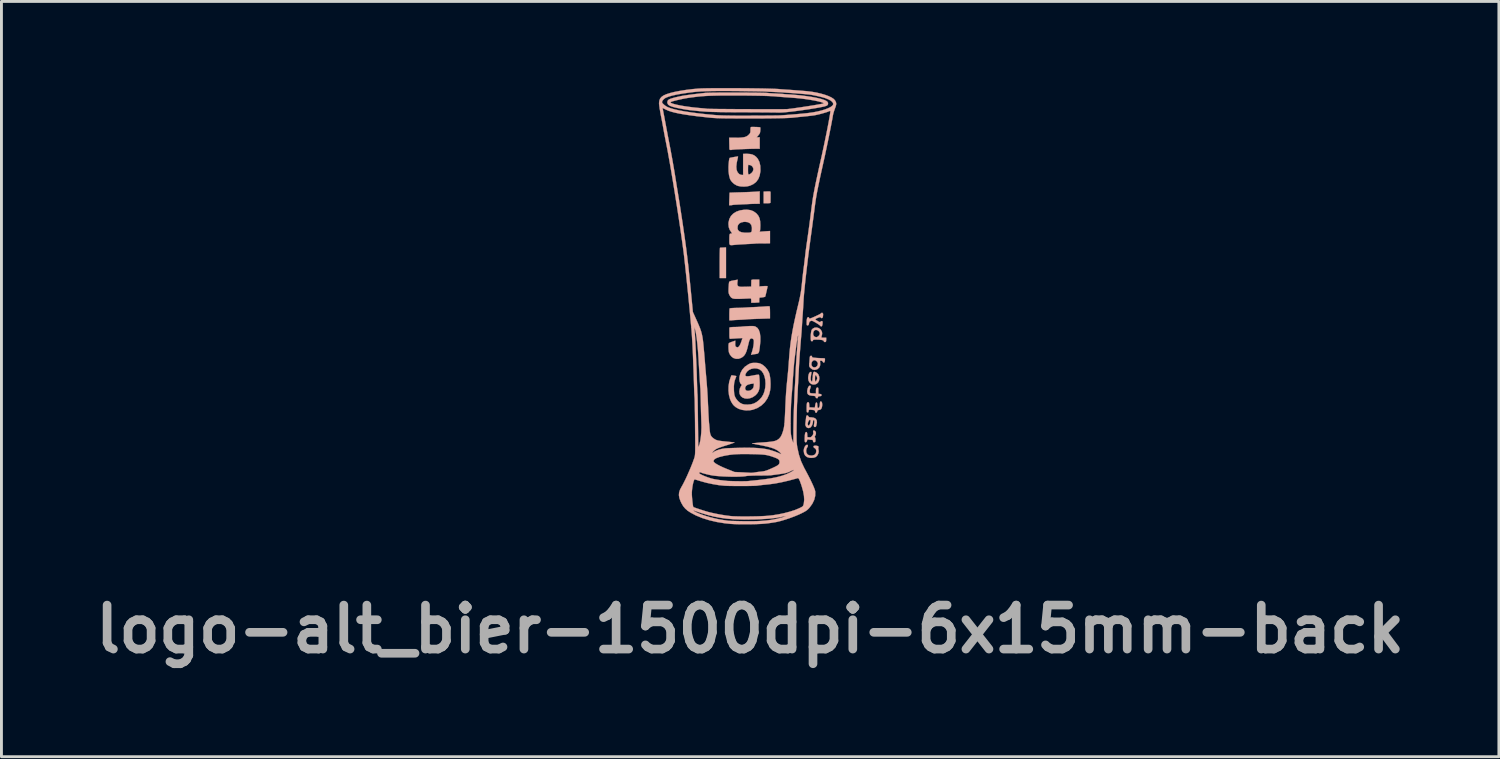
<source format=kicad_pcb>
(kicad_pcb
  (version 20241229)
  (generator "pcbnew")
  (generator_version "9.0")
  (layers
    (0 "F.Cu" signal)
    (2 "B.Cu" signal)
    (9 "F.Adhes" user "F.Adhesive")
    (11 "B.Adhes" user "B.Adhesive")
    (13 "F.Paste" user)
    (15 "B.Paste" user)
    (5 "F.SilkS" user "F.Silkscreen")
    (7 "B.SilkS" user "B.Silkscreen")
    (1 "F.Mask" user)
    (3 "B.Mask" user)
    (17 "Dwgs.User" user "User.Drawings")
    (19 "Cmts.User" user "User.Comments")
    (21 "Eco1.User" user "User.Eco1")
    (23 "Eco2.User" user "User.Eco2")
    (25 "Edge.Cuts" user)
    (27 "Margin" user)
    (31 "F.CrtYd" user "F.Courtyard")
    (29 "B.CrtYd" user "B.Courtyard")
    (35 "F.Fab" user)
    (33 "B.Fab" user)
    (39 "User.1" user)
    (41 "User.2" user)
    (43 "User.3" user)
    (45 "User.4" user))
  (footprint "logo-alt_bier-1500dpi-6x15mm-back"
    (layer "F.Cu")
    (at 22.99 7.773)
    (property "Reference" "logo-alt_bier-1500dpi-6x15mm-back" (at -0.05 10.975 0) (layer "F.Fab") (effects (font (size 1.524 1.524) (thickness 0.3))))
    (attr through_hole)
    (fp_poly (pts (xy -0.984 -2.247) (xy -1.039 -2.244) (xy -1.08 -2.242) (xy -1.094 -2.241) (xy -1.098 -2.225) (xy -1.1 -2.178) (xy -1.103 -2.106) (xy -1.105 -2.013) (xy -1.106 -1.901) (xy -1.107 -1.777) (xy -1.107 -1.715) (xy -1.107 -1.19) (xy -0.887 -1.19) (xy -0.887 -2.251) (xy -0.984 -2.247)) (stroke (width 0.01) (type solid)) (fill yes) (layer "B.SilkS"))
    (fp_poly (pts (xy 0.535 -4.19) (xy 0.417 -4.185) (xy 0.417 -3.781) (xy 0.535 -3.781) (xy 0.605 -3.783) (xy 0.643 -3.791) (xy 0.654 -3.802) (xy 0.655 -3.836) (xy 0.655 -3.892) (xy 0.656 -3.96) (xy 0.656 -4.031) (xy 0.656 -4.096) (xy 0.656 -4.146) (xy 0.655 -4.17) (xy 0.648 -4.184) (xy 0.625 -4.191) (xy 0.579 -4.192) (xy 0.535 -4.19)) (stroke (width 0.01) (type solid)) (fill yes) (layer "B.SilkS"))
    (fp_poly (pts (xy 0.125 -4.181) (xy 0.059 -4.177) (xy -0.033 -4.173) (xy -0.142 -4.168) (xy -0.261 -4.164) (xy -0.381 -4.16) (xy -0.396 -4.16) (xy -0.503 -4.157) (xy -0.598 -4.154) (xy -0.676 -4.151) (xy -0.731 -4.149) (xy -0.76 -4.148) (xy -0.762 -4.147) (xy -0.764 -4.131) (xy -0.766 -4.086) (xy -0.768 -4.021) (xy -0.771 -3.942) (xy -0.772 -3.929) (xy -0.778 -3.713) (xy -0.725 -3.713) (xy -0.686 -3.716) (xy -0.665 -3.721) (xy -0.665 -3.721) (xy -0.646 -3.725) (xy -0.599 -3.729) (xy -0.531 -3.733) (xy -0.447 -3.737) (xy -0.404 -3.739) (xy -0.306 -3.744) (xy -0.214 -3.748) (xy -0.135 -3.752) (xy -0.078 -3.755) (xy -0.066 -3.756) (xy -0.005 -3.759) (xy 0.073 -3.761) (xy 0.15 -3.763) (xy 0.281 -3.764) (xy 0.281 -4.192) (xy 0.125 -4.181)) (stroke (width 0.01) (type solid)) (fill yes) (layer "B.SilkS"))
    (fp_poly (pts (xy 1.912 4.587) (xy 1.873 4.61) (xy 1.84 4.657) (xy 1.815 4.72) (xy 1.805 4.787) (xy 1.805 4.791) (xy 1.818 4.887) (xy 1.855 4.96) (xy 1.917 5.01) (xy 2.003 5.037) (xy 2.068 5.041) (xy 2.155 5.034) (xy 2.218 5.012) (xy 2.223 5.009) (xy 2.273 4.961) (xy 2.309 4.894) (xy 2.324 4.821) (xy 2.318 4.763) (xy 2.31 4.718) (xy 2.313 4.686) (xy 2.315 4.684) (xy 2.319 4.654) (xy 2.294 4.631) (xy 2.244 4.619) (xy 2.218 4.618) (xy 2.171 4.62) (xy 2.15 4.63) (xy 2.144 4.651) (xy 2.144 4.652) (xy 2.159 4.686) (xy 2.185 4.702) (xy 2.221 4.732) (xy 2.239 4.779) (xy 2.238 4.835) (xy 2.221 4.888) (xy 2.186 4.928) (xy 2.173 4.937) (xy 2.1 4.959) (xy 2.025 4.958) (xy 1.959 4.936) (xy 1.932 4.915) (xy 1.899 4.861) (xy 1.889 4.793) (xy 1.901 4.724) (xy 1.926 4.679) (xy 1.948 4.638) (xy 1.949 4.604) (xy 1.93 4.587) (xy 1.912 4.587)) (stroke (width 0.01) (type solid)) (fill yes) (layer "B.SilkS"))
    (fp_poly (pts (xy 1.987 2.554) (xy 1.96 2.594) (xy 1.939 2.65) (xy 1.927 2.715) (xy 1.925 2.741) (xy 1.933 2.805) (xy 1.961 2.848) (xy 2.014 2.875) (xy 2.095 2.887) (xy 2.099 2.887) (xy 2.159 2.893) (xy 2.194 2.9) (xy 2.21 2.913) (xy 2.215 2.931) (xy 2.23 2.96) (xy 2.257 2.974) (xy 2.283 2.97) (xy 2.296 2.948) (xy 2.296 2.944) (xy 2.304 2.92) (xy 2.331 2.908) (xy 2.36 2.904) (xy 2.403 2.897) (xy 2.421 2.881) (xy 2.423 2.865) (xy 2.415 2.84) (xy 2.383 2.828) (xy 2.368 2.826) (xy 2.313 2.821) (xy 2.313 2.712) (xy 2.312 2.652) (xy 2.307 2.619) (xy 2.296 2.605) (xy 2.281 2.603) (xy 2.253 2.612) (xy 2.236 2.642) (xy 2.229 2.698) (xy 2.229 2.731) (xy 2.229 2.806) (xy 2.145 2.806) (xy 2.091 2.804) (xy 2.048 2.799) (xy 2.035 2.796) (xy 2.015 2.771) (xy 2.01 2.724) (xy 2.021 2.664) (xy 2.034 2.625) (xy 2.05 2.575) (xy 2.044 2.547) (xy 2.042 2.545) (xy 2.015 2.536) (xy 1.987 2.554)) (stroke (width 0.01) (type solid)) (fill yes) (layer "B.SilkS"))
    (fp_poly (pts (xy 2.144 2.072) (xy 2.131 2.11) (xy 2.122 2.176) (xy 2.118 2.23) (xy 2.111 2.301) (xy 2.104 2.358) (xy 2.096 2.392) (xy 2.092 2.4) (xy 2.074 2.386) (xy 2.058 2.363) (xy 2.047 2.321) (xy 2.049 2.253) (xy 2.062 2.157) (xy 2.07 2.115) (xy 2.075 2.077) (xy 2.066 2.063) (xy 2.041 2.064) (xy 2.008 2.085) (xy 1.981 2.134) (xy 1.965 2.206) (xy 1.959 2.278) (xy 1.971 2.362) (xy 2.007 2.43) (xy 2.06 2.477) (xy 2.127 2.5) (xy 2.201 2.495) (xy 2.25 2.475) (xy 2.303 2.428) (xy 2.335 2.364) (xy 2.347 2.29) (xy 2.345 2.266) (xy 2.27 2.266) (xy 2.269 2.303) (xy 2.255 2.34) (xy 2.232 2.385) (xy 2.214 2.397) (xy 2.202 2.377) (xy 2.195 2.323) (xy 2.195 2.291) (xy 2.198 2.221) (xy 2.208 2.181) (xy 2.223 2.172) (xy 2.243 2.196) (xy 2.255 2.221) (xy 2.27 2.266) (xy 2.345 2.266) (xy 2.339 2.215) (xy 2.311 2.147) (xy 2.262 2.096) (xy 2.246 2.087) (xy 2.198 2.064) (xy 2.165 2.058) (xy 2.144 2.072)) (stroke (width 0.01) (type solid)) (fill yes) (layer "B.SilkS"))
    (fp_poly (pts (xy 2.135 4.098) (xy 2.13 4.118) (xy 2.135 4.154) (xy 2.138 4.2) (xy 2.124 4.24) (xy 2.101 4.273) (xy 2.068 4.311) (xy 2.037 4.326) (xy 1.994 4.327) (xy 1.932 4.322) (xy 1.927 4.233) (xy 1.922 4.179) (xy 1.912 4.152) (xy 1.895 4.144) (xy 1.891 4.144) (xy 1.869 4.156) (xy 1.853 4.193) (xy 1.844 4.258) (xy 1.84 4.353) (xy 1.839 4.385) (xy 1.84 4.446) (xy 1.845 4.48) (xy 1.855 4.496) (xy 1.872 4.499) (xy 1.874 4.499) (xy 1.902 4.488) (xy 1.918 4.45) (xy 1.918 4.447) (xy 1.929 4.411) (xy 1.949 4.401) (xy 1.979 4.405) (xy 2.035 4.412) (xy 2.078 4.415) (xy 2.114 4.42) (xy 2.126 4.441) (xy 2.127 4.457) (xy 2.136 4.491) (xy 2.158 4.499) (xy 2.19 4.494) (xy 2.201 4.488) (xy 2.209 4.463) (xy 2.212 4.421) (xy 2.209 4.375) (xy 2.201 4.339) (xy 2.192 4.326) (xy 2.183 4.312) (xy 2.199 4.28) (xy 2.2 4.279) (xy 2.225 4.224) (xy 2.229 4.17) (xy 2.213 4.125) (xy 2.181 4.098) (xy 2.156 4.093) (xy 2.135 4.098)) (stroke (width 0.01) (type solid)) (fill yes) (layer "B.SilkS"))
    (fp_poly (pts (xy 0.545 -0.211) (xy 0.481 -0.207) (xy 0.464 -0.206) (xy 0.398 -0.201) (xy 0.308 -0.195) (xy 0.204 -0.189) (xy 0.097 -0.184) (xy 0.055 -0.182) (xy -0.042 -0.178) (xy -0.13 -0.173) (xy -0.203 -0.169) (xy -0.253 -0.166) (xy -0.269 -0.165) (xy -0.305 -0.162) (xy -0.367 -0.16) (xy -0.445 -0.157) (xy -0.532 -0.156) (xy -0.536 -0.156) (xy -0.618 -0.153) (xy -0.688 -0.149) (xy -0.738 -0.144) (xy -0.761 -0.137) (xy -0.762 -0.137) (xy -0.766 -0.114) (xy -0.769 -0.065) (xy -0.771 0.003) (xy -0.772 0.077) (xy -0.772 0.275) (xy -0.728 0.276) (xy -0.694 0.276) (xy -0.679 0.273) (xy -0.662 0.271) (xy -0.616 0.267) (xy -0.55 0.263) (xy -0.468 0.259) (xy -0.438 0.257) (xy -0.348 0.253) (xy -0.268 0.248) (xy -0.204 0.244) (xy -0.165 0.24) (xy -0.16 0.24) (xy -0.131 0.237) (xy -0.074 0.234) (xy 0.006 0.231) (xy 0.103 0.227) (xy 0.212 0.223) (xy 0.259 0.222) (xy 0.637 0.21) (xy 0.637 0.002) (xy 0.635 -0.097) (xy 0.631 -0.166) (xy 0.624 -0.204) (xy 0.619 -0.211) (xy 0.594 -0.213) (xy 0.545 -0.211)) (stroke (width 0.01) (type solid)) (fill yes) (layer "B.SilkS"))
    (fp_poly (pts (xy -0.004 -6.424) (xy -0.011 -6.424) (xy -0.027 -6.418) (xy -0.036 -6.397) (xy -0.04 -6.353) (xy -0.04 -6.319) (xy -0.042 -6.259) (xy -0.05 -6.22) (xy -0.07 -6.188) (xy -0.104 -6.152) (xy -0.147 -6.115) (xy -0.198 -6.088) (xy -0.262 -6.069) (xy -0.344 -6.058) (xy -0.449 -6.051) (xy -0.562 -6.05) (xy -0.777 -6.05) (xy -0.774 -5.876) (xy -0.772 -5.799) (xy -0.771 -5.731) (xy -0.77 -5.682) (xy -0.77 -5.665) (xy -0.759 -5.635) (xy -0.729 -5.627) (xy -0.695 -5.629) (xy -0.682 -5.634) (xy -0.663 -5.637) (xy -0.616 -5.641) (xy -0.546 -5.646) (xy -0.459 -5.65) (xy -0.361 -5.655) (xy -0.256 -5.659) (xy -0.151 -5.663) (xy -0.052 -5.666) (xy 0.037 -5.668) (xy 0.108 -5.669) (xy 0.281 -5.669) (xy 0.281 -5.868) (xy 0.281 -6.067) (xy 0.173 -6.067) (xy 0.217 -6.114) (xy 0.252 -6.157) (xy 0.28 -6.198) (xy 0.281 -6.2) (xy 0.292 -6.235) (xy 0.299 -6.285) (xy 0.303 -6.34) (xy 0.303 -6.386) (xy 0.297 -6.412) (xy 0.297 -6.413) (xy 0.278 -6.416) (xy 0.235 -6.419) (xy 0.176 -6.422) (xy 0.11 -6.424) (xy 0.047 -6.425) (xy -0.004 -6.424)) (stroke (width 0.01) (type solid)) (fill yes) (layer "B.SilkS"))
    (fp_poly (pts (xy 1.908 3.573) (xy 1.896 3.592) (xy 1.888 3.632) (xy 1.884 3.674) (xy 1.876 3.744) (xy 1.868 3.812) (xy 1.863 3.848) (xy 1.866 3.913) (xy 1.89 3.965) (xy 1.93 3.998) (xy 1.978 4.008) (xy 2.029 3.992) (xy 2.057 3.969) (xy 2.096 3.908) (xy 2.121 3.83) (xy 2.127 3.768) (xy 2.13 3.748) (xy 2.042 3.748) (xy 2.038 3.795) (xy 2.038 3.797) (xy 2.026 3.855) (xy 2.006 3.897) (xy 1.984 3.92) (xy 1.962 3.919) (xy 1.947 3.892) (xy 1.944 3.878) (xy 1.947 3.834) (xy 1.963 3.786) (xy 1.986 3.745) (xy 2.011 3.722) (xy 2.018 3.72) (xy 2.036 3.726) (xy 2.042 3.748) (xy 2.13 3.748) (xy 2.132 3.735) (xy 2.148 3.73) (xy 2.155 3.732) (xy 2.171 3.746) (xy 2.176 3.775) (xy 2.172 3.82) (xy 2.164 3.875) (xy 2.158 3.921) (xy 2.157 3.932) (xy 2.165 3.961) (xy 2.19 3.971) (xy 2.216 3.968) (xy 2.233 3.945) (xy 2.244 3.912) (xy 2.262 3.814) (xy 2.254 3.738) (xy 2.219 3.684) (xy 2.158 3.65) (xy 2.07 3.636) (xy 2.05 3.636) (xy 2.002 3.632) (xy 1.978 3.62) (xy 1.97 3.602) (xy 1.948 3.574) (xy 1.927 3.568) (xy 1.908 3.573)) (stroke (width 0.01) (type solid)) (fill yes) (layer "B.SilkS"))
    (fp_poly (pts (xy 2.38 3.091) (xy 2.367 3.129) (xy 2.364 3.172) (xy 2.358 3.243) (xy 2.339 3.292) (xy 2.311 3.313) (xy 2.305 3.314) (xy 2.29 3.303) (xy 2.28 3.266) (xy 2.276 3.217) (xy 2.271 3.158) (xy 2.261 3.128) (xy 2.246 3.119) (xy 2.226 3.134) (xy 2.211 3.179) (xy 2.205 3.209) (xy 2.19 3.299) (xy 2.095 3.294) (xy 2 3.289) (xy 1.995 3.2) (xy 1.99 3.147) (xy 1.98 3.12) (xy 1.963 3.111) (xy 1.959 3.111) (xy 1.937 3.116) (xy 1.922 3.133) (xy 1.913 3.169) (xy 1.908 3.228) (xy 1.907 3.315) (xy 1.908 3.387) (xy 1.91 3.432) (xy 1.917 3.456) (xy 1.928 3.465) (xy 1.941 3.466) (xy 1.968 3.456) (xy 1.975 3.425) (xy 1.978 3.394) (xy 1.992 3.377) (xy 2.024 3.371) (xy 2.081 3.375) (xy 2.098 3.377) (xy 2.152 3.384) (xy 2.182 3.393) (xy 2.194 3.411) (xy 2.198 3.43) (xy 2.212 3.47) (xy 2.236 3.48) (xy 2.26 3.462) (xy 2.271 3.434) (xy 2.285 3.396) (xy 2.311 3.383) (xy 2.329 3.382) (xy 2.376 3.37) (xy 2.407 3.348) (xy 2.429 3.305) (xy 2.443 3.245) (xy 2.446 3.181) (xy 2.438 3.126) (xy 2.427 3.104) (xy 2.401 3.082) (xy 2.38 3.091)) (stroke (width 0.01) (type solid)) (fill yes) (layer "B.SilkS"))
    (fp_poly (pts (xy 2.188 0.528) (xy 2.125 0.557) (xy 2.082 0.603) (xy 2.069 0.638) (xy 2.059 0.696) (xy 2.051 0.767) (xy 2.048 0.841) (xy 2.048 0.909) (xy 2.053 0.962) (xy 2.062 0.989) (xy 2.089 1.001) (xy 2.116 0.991) (xy 2.127 0.967) (xy 2.136 0.953) (xy 2.168 0.946) (xy 2.227 0.943) (xy 2.235 0.943) (xy 2.348 0.946) (xy 2.429 0.955) (xy 2.479 0.97) (xy 2.499 0.992) (xy 2.5 0.997) (xy 2.513 1.021) (xy 2.542 1.029) (xy 2.572 1.018) (xy 2.573 1.017) (xy 2.58 0.994) (xy 2.584 0.952) (xy 2.584 0.941) (xy 2.584 0.876) (xy 2.498 0.876) (xy 2.447 0.875) (xy 2.423 0.869) (xy 2.418 0.855) (xy 2.422 0.838) (xy 2.439 0.768) (xy 2.442 0.732) (xy 2.364 0.732) (xy 2.35 0.78) (xy 2.313 0.825) (xy 2.266 0.854) (xy 2.238 0.859) (xy 2.194 0.847) (xy 2.161 0.825) (xy 2.135 0.777) (xy 2.131 0.718) (xy 2.148 0.661) (xy 2.184 0.618) (xy 2.185 0.618) (xy 2.23 0.605) (xy 2.28 0.618) (xy 2.325 0.649) (xy 2.356 0.694) (xy 2.364 0.732) (xy 2.442 0.732) (xy 2.443 0.718) (xy 2.435 0.674) (xy 2.426 0.65) (xy 2.384 0.586) (xy 2.325 0.544) (xy 2.257 0.524) (xy 2.188 0.528)) (stroke (width 0.01) (type solid)) (fill yes) (layer "B.SilkS"))
    (fp_poly (pts (xy 2.032 1.513) (xy 2.019 1.535) (xy 2.013 1.578) (xy 2.012 1.595) (xy 2.007 1.664) (xy 2.001 1.742) (xy 1.997 1.777) (xy 1.994 1.834) (xy 1.998 1.87) (xy 2.015 1.9) (xy 2.048 1.934) (xy 2.114 1.981) (xy 2.187 1.994) (xy 2.263 1.974) (xy 2.29 1.959) (xy 2.347 1.904) (xy 2.375 1.832) (xy 2.375 1.778) (xy 2.296 1.778) (xy 2.283 1.835) (xy 2.25 1.878) (xy 2.204 1.903) (xy 2.154 1.905) (xy 2.107 1.881) (xy 2.101 1.874) (xy 2.075 1.825) (xy 2.072 1.769) (xy 2.089 1.716) (xy 2.122 1.675) (xy 2.168 1.655) (xy 2.178 1.655) (xy 2.226 1.67) (xy 2.268 1.707) (xy 2.294 1.756) (xy 2.296 1.778) (xy 2.375 1.778) (xy 2.375 1.747) (xy 2.37 1.701) (xy 2.374 1.679) (xy 2.392 1.672) (xy 2.408 1.672) (xy 2.448 1.683) (xy 2.461 1.705) (xy 2.481 1.733) (xy 2.5 1.739) (xy 2.522 1.729) (xy 2.535 1.692) (xy 2.538 1.676) (xy 2.541 1.631) (xy 2.54 1.602) (xy 2.539 1.6) (xy 2.519 1.592) (xy 2.477 1.588) (xy 2.442 1.587) (xy 2.378 1.585) (xy 2.298 1.581) (xy 2.223 1.576) (xy 2.157 1.569) (xy 2.117 1.562) (xy 2.099 1.551) (xy 2.093 1.535) (xy 2.093 1.532) (xy 2.084 1.508) (xy 2.055 1.505) (xy 2.032 1.513)) (stroke (width 0.01) (type solid)) (fill yes) (layer "B.SilkS"))
    (fp_poly (pts (xy 2.42 0.018) (xy 2.403 0.035) (xy 2.384 0.049) (xy 2.341 0.073) (xy 2.281 0.102) (xy 2.214 0.134) (xy 2.145 0.165) (xy 2.083 0.191) (xy 2.035 0.209) (xy 2.01 0.215) (xy 1.994 0.202) (xy 1.992 0.19) (xy 1.978 0.169) (xy 1.96 0.164) (xy 1.935 0.177) (xy 1.918 0.216) (xy 1.909 0.284) (xy 1.907 0.362) (xy 1.908 0.415) (xy 1.914 0.442) (xy 1.927 0.45) (xy 1.945 0.449) (xy 1.972 0.438) (xy 1.985 0.408) (xy 1.988 0.382) (xy 1.998 0.336) (xy 2.023 0.31) (xy 2.043 0.3) (xy 2.068 0.291) (xy 2.094 0.292) (xy 2.126 0.303) (xy 2.173 0.327) (xy 2.23 0.36) (xy 2.291 0.397) (xy 2.34 0.431) (xy 2.37 0.456) (xy 2.376 0.463) (xy 2.398 0.483) (xy 2.415 0.486) (xy 2.435 0.477) (xy 2.448 0.445) (xy 2.455 0.408) (xy 2.459 0.359) (xy 2.459 0.323) (xy 2.456 0.315) (xy 2.431 0.3) (xy 2.401 0.308) (xy 2.387 0.325) (xy 2.377 0.337) (xy 2.355 0.334) (xy 2.314 0.314) (xy 2.299 0.305) (xy 2.242 0.272) (xy 2.213 0.25) (xy 2.211 0.233) (xy 2.235 0.217) (xy 2.271 0.2) (xy 2.339 0.173) (xy 2.38 0.166) (xy 2.397 0.176) (xy 2.398 0.181) (xy 2.412 0.195) (xy 2.43 0.198) (xy 2.453 0.189) (xy 2.468 0.155) (xy 2.472 0.132) (xy 2.477 0.082) (xy 2.474 0.044) (xy 2.472 0.039) (xy 2.45 0.015) (xy 2.42 0.018)) (stroke (width 0.01) (type solid)) (fill yes) (layer "B.SilkS"))
    (fp_poly (pts (xy 0.054 -1.137) (xy 0.01 -1.131) (xy -0.008 -1.121) (xy -0.008 -1.118) (xy -0.01 -1.091) (xy -0.011 -1.041) (xy -0.012 -0.995) (xy -0.015 -0.894) (xy -0.224 -0.888) (xy -0.314 -0.887) (xy -0.376 -0.887) (xy -0.417 -0.891) (xy -0.445 -0.899) (xy -0.464 -0.911) (xy -0.467 -0.914) (xy -0.487 -0.937) (xy -0.495 -0.967) (xy -0.494 -1.016) (xy -0.492 -1.039) (xy -0.482 -1.133) (xy -0.624 -1.108) (xy -0.707 -1.091) (xy -0.758 -1.073) (xy -0.778 -1.056) (xy -0.783 -1.029) (xy -0.789 -0.976) (xy -0.794 -0.906) (xy -0.797 -0.852) (xy -0.8 -0.769) (xy -0.799 -0.712) (xy -0.794 -0.67) (xy -0.783 -0.634) (xy -0.766 -0.598) (xy -0.737 -0.549) (xy -0.706 -0.513) (xy -0.667 -0.489) (xy -0.614 -0.474) (xy -0.542 -0.468) (xy -0.446 -0.468) (xy -0.354 -0.471) (xy -0.261 -0.475) (xy -0.177 -0.479) (xy -0.11 -0.482) (xy -0.067 -0.484) (xy -0.057 -0.485) (xy -0.031 -0.483) (xy -0.018 -0.469) (xy -0.014 -0.433) (xy -0.013 -0.411) (xy -0.012 -0.335) (xy 0.054 -0.335) (xy 0.117 -0.336) (xy 0.184 -0.34) (xy 0.193 -0.34) (xy 0.264 -0.345) (xy 0.264 -0.429) (xy 0.267 -0.48) (xy 0.275 -0.506) (xy 0.293 -0.513) (xy 0.294 -0.514) (xy 0.343 -0.517) (xy 0.397 -0.525) (xy 0.443 -0.534) (xy 0.468 -0.543) (xy 0.469 -0.544) (xy 0.476 -0.563) (xy 0.488 -0.607) (xy 0.502 -0.667) (xy 0.518 -0.735) (xy 0.533 -0.801) (xy 0.545 -0.858) (xy 0.551 -0.897) (xy 0.552 -0.907) (xy 0.537 -0.912) (xy 0.495 -0.913) (xy 0.435 -0.911) (xy 0.408 -0.91) (xy 0.264 -0.899) (xy 0.264 -1.139) (xy 0.129 -1.139) (xy 0.054 -1.137)) (stroke (width 0.01) (type solid)) (fill yes) (layer "B.SilkS"))
    (fp_poly (pts (xy -0.239 -5.493) (xy -0.294 -5.491) (xy -0.294 -4.763) (xy -0.343 -4.763) (xy -0.392 -4.774) (xy -0.434 -4.797) (xy -0.489 -4.859) (xy -0.521 -4.943) (xy -0.53 -5.05) (xy -0.516 -5.18) (xy -0.499 -5.263) (xy -0.484 -5.325) (xy -0.474 -5.374) (xy -0.47 -5.4) (xy -0.47 -5.402) (xy -0.488 -5.401) (xy -0.529 -5.396) (xy -0.584 -5.387) (xy -0.645 -5.376) (xy -0.701 -5.365) (xy -0.743 -5.356) (xy -0.762 -5.351) (xy -0.762 -5.351) (xy -0.772 -5.325) (xy -0.782 -5.274) (xy -0.79 -5.204) (xy -0.797 -5.122) (xy -0.801 -5.037) (xy -0.801 -5.027) (xy -0.798 -4.881) (xy -0.782 -4.751) (xy -0.755 -4.644) (xy -0.734 -4.592) (xy -0.681 -4.519) (xy -0.607 -4.451) (xy -0.521 -4.4) (xy -0.474 -4.382) (xy -0.375 -4.363) (xy -0.262 -4.358) (xy -0.151 -4.367) (xy -0.062 -4.388) (xy 0.061 -4.445) (xy 0.159 -4.522) (xy 0.231 -4.62) (xy 0.279 -4.741) (xy 0.304 -4.885) (xy 0.306 -4.924) (xy 0.305 -4.94) (xy 0.061 -4.94) (xy 0.035 -4.875) (xy 0.004 -4.838) (xy -0.038 -4.803) (xy -0.076 -4.783) (xy -0.089 -4.78) (xy -0.106 -4.782) (xy -0.116 -4.792) (xy -0.122 -4.816) (xy -0.124 -4.86) (xy -0.125 -4.931) (xy -0.125 -4.951) (xy -0.124 -5.029) (xy -0.122 -5.078) (xy -0.117 -5.105) (xy -0.108 -5.114) (xy -0.098 -5.112) (xy -0.059 -5.103) (xy -0.047 -5.102) (xy -0.019 -5.091) (xy 0.017 -5.063) (xy 0.02 -5.06) (xy 0.056 -5.003) (xy 0.061 -4.94) (xy 0.305 -4.94) (xy 0.301 -5.079) (xy 0.27 -5.211) (xy 0.214 -5.321) (xy 0.16 -5.385) (xy 0.099 -5.434) (xy 0.031 -5.468) (xy -0.05 -5.487) (xy -0.151 -5.494) (xy -0.239 -5.493)) (stroke (width 0.01) (type solid)) (fill yes) (layer "B.SilkS"))
    (fp_poly (pts (xy -0.25 -3.557) (xy -0.399 -3.535) (xy -0.528 -3.49) (xy -0.634 -3.424) (xy -0.716 -3.339) (xy -0.772 -3.235) (xy -0.8 -3.115) (xy -0.802 -3.061) (xy -0.792 -2.953) (xy -0.759 -2.861) (xy -0.715 -2.795) (xy -0.687 -2.754) (xy -0.684 -2.733) (xy -0.708 -2.728) (xy -0.729 -2.73) (xy -0.747 -2.726) (xy -0.76 -2.708) (xy -0.768 -2.67) (xy -0.771 -2.608) (xy -0.772 -2.517) (xy -0.772 -2.513) (xy -0.772 -2.434) (xy -0.769 -2.38) (xy -0.757 -2.348) (xy -0.732 -2.332) (xy -0.688 -2.33) (xy -0.619 -2.336) (xy -0.557 -2.342) (xy -0.49 -2.348) (xy -0.399 -2.354) (xy -0.296 -2.36) (xy -0.19 -2.366) (xy -0.159 -2.368) (xy -0.066 -2.372) (xy 0.015 -2.377) (xy 0.079 -2.381) (xy 0.12 -2.384) (xy 0.129 -2.385) (xy 0.154 -2.387) (xy 0.207 -2.389) (xy 0.279 -2.39) (xy 0.365 -2.391) (xy 0.396 -2.391) (xy 0.637 -2.392) (xy 0.637 -2.82) (xy 0.458 -2.808) (xy 0.278 -2.795) (xy 0.29 -2.833) (xy 0.295 -2.866) (xy 0.299 -2.914) (xy 0.01 -2.914) (xy 0.008 -2.843) (xy -0.001 -2.799) (xy -0.024 -2.776) (xy -0.065 -2.765) (xy -0.114 -2.762) (xy -0.247 -2.762) (xy -0.349 -2.776) (xy -0.421 -2.805) (xy -0.445 -2.824) (xy -0.476 -2.865) (xy -0.488 -2.917) (xy -0.489 -2.941) (xy -0.474 -3.017) (xy -0.432 -3.076) (xy -0.363 -3.116) (xy -0.271 -3.136) (xy -0.226 -3.138) (xy -0.131 -3.126) (xy -0.06 -3.09) (xy -0.013 -3.031) (xy 0.009 -2.949) (xy 0.01 -2.914) (xy 0.299 -2.914) (xy 0.299 -2.923) (xy 0.302 -2.995) (xy 0.302 -3.035) (xy 0.296 -3.16) (xy 0.274 -3.262) (xy 0.235 -3.346) (xy 0.176 -3.419) (xy 0.149 -3.443) (xy 0.061 -3.505) (xy -0.04 -3.543) (xy -0.159 -3.558) (xy -0.25 -3.557)) (stroke (width 0.01) (type solid)) (fill yes) (layer "B.SilkS"))
    (fp_poly (pts (xy -0.076 0.475) (xy -0.141 0.478) (xy -0.222 0.483) (xy -0.291 0.488) (xy -0.34 0.492) (xy -0.363 0.496) (xy -0.363 0.496) (xy -0.383 0.498) (xy -0.43 0.501) (xy -0.496 0.504) (xy -0.571 0.506) (xy -0.657 0.508) (xy -0.715 0.512) (xy -0.749 0.518) (xy -0.766 0.526) (xy -0.77 0.536) (xy -0.77 0.563) (xy -0.77 0.616) (xy -0.77 0.686) (xy -0.77 0.74) (xy -0.77 0.82) (xy -0.767 0.871) (xy -0.762 0.901) (xy -0.753 0.913) (xy -0.74 0.915) (xy -0.74 0.915) (xy -0.712 0.913) (xy -0.658 0.909) (xy -0.586 0.905) (xy -0.513 0.9) (xy -0.316 0.889) (xy -0.356 1.013) (xy -0.382 1.08) (xy -0.41 1.138) (xy -0.436 1.177) (xy -0.438 1.179) (xy -0.47 1.206) (xy -0.497 1.21) (xy -0.522 1.201) (xy -0.548 1.185) (xy -0.563 1.16) (xy -0.568 1.118) (xy -0.567 1.052) (xy -0.567 1.042) (xy -0.564 0.979) (xy -0.67 1.015) (xy -0.727 1.036) (xy -0.77 1.055) (xy -0.789 1.069) (xy -0.797 1.098) (xy -0.801 1.151) (xy -0.801 1.217) (xy -0.798 1.286) (xy -0.792 1.348) (xy -0.785 1.387) (xy -0.75 1.464) (xy -0.694 1.533) (xy -0.633 1.579) (xy -0.541 1.609) (xy -0.449 1.607) (xy -0.366 1.577) (xy -0.306 1.541) (xy -0.257 1.494) (xy -0.215 1.432) (xy -0.179 1.35) (xy -0.147 1.243) (xy -0.117 1.121) (xy -0.101 1.055) (xy -0.085 0.995) (xy -0.072 0.957) (xy -0.042 0.913) (xy -0.002 0.899) (xy 0.042 0.916) (xy 0.048 0.921) (xy 0.065 0.941) (xy 0.075 0.966) (xy 0.077 1.005) (xy 0.074 1.069) (xy 0.073 1.079) (xy 0.063 1.161) (xy 0.044 1.255) (xy 0.022 1.339) (xy -0.021 1.471) (xy 0.016 1.462) (xy 0.054 1.455) (xy 0.11 1.446) (xy 0.143 1.442) (xy 0.186 1.435) (xy 0.217 1.424) (xy 0.239 1.403) (xy 0.255 1.368) (xy 0.267 1.312) (xy 0.279 1.23) (xy 0.285 1.185) (xy 0.303 1.003) (xy 0.303 0.846) (xy 0.286 0.716) (xy 0.252 0.613) (xy 0.201 0.538) (xy 0.134 0.492) (xy 0.1 0.481) (xy 0.059 0.475) (xy 0.002 0.473) (xy -0.076 0.475)) (stroke (width 0.01) (type solid)) (fill yes) (layer "B.SilkS"))
    (fp_poly (pts (xy 0.048 1.75) (xy -0.005 1.756) (xy -0.052 1.771) (xy -0.107 1.798) (xy -0.122 1.806) (xy -0.237 1.886) (xy -0.327 1.989) (xy -0.389 2.109) (xy -0.422 2.239) (xy -0.425 2.316) (xy -0.415 2.389) (xy -0.394 2.449) (xy -0.366 2.486) (xy -0.364 2.487) (xy -0.345 2.502) (xy -0.344 2.518) (xy -0.361 2.549) (xy -0.372 2.564) (xy -0.409 2.644) (xy -0.425 2.734) (xy -0.417 2.819) (xy -0.413 2.83) (xy -0.374 2.901) (xy -0.313 2.951) (xy -0.236 2.98) (xy -0.149 2.988) (xy -0.056 2.974) (xy 0.037 2.938) (xy 0.123 2.88) (xy 0.148 2.858) (xy 0.202 2.797) (xy 0.24 2.731) (xy 0.265 2.655) (xy 0.277 2.56) (xy 0.278 2.517) (xy 0.078 2.517) (xy 0.07 2.572) (xy 0.052 2.622) (xy 0.013 2.668) (xy -0.041 2.701) (xy -0.102 2.718) (xy -0.159 2.717) (xy -0.2 2.695) (xy -0.225 2.649) (xy -0.221 2.598) (xy -0.193 2.548) (xy -0.144 2.511) (xy -0.099 2.494) (xy -0.038 2.479) (xy -0.009 2.475) (xy 0.078 2.463) (xy 0.078 2.517) (xy 0.278 2.517) (xy 0.279 2.442) (xy 0.277 2.377) (xy 0.272 2.297) (xy 0.266 2.23) (xy 0.259 2.182) (xy 0.253 2.161) (xy 0.231 2.158) (xy 0.183 2.162) (xy 0.117 2.172) (xy 0.069 2.181) (xy -0.04 2.202) (xy -0.121 2.213) (xy -0.175 2.213) (xy -0.206 2.203) (xy -0.218 2.181) (xy -0.213 2.146) (xy -0.207 2.13) (xy -0.162 2.055) (xy -0.093 1.996) (xy -0.007 1.956) (xy 0.087 1.938) (xy 0.182 1.943) (xy 0.273 1.973) (xy 0.281 1.978) (xy 0.352 2.036) (xy 0.408 2.119) (xy 0.449 2.223) (xy 0.474 2.341) (xy 0.482 2.469) (xy 0.473 2.601) (xy 0.446 2.732) (xy 0.406 2.842) (xy 0.348 2.939) (xy 0.266 3.031) (xy 0.171 3.107) (xy 0.071 3.16) (xy 0.07 3.16) (xy -0.028 3.185) (xy -0.139 3.195) (xy -0.247 3.19) (xy -0.314 3.176) (xy -0.395 3.137) (xy -0.472 3.073) (xy -0.538 2.991) (xy -0.56 2.952) (xy -0.582 2.906) (xy -0.596 2.859) (xy -0.605 2.802) (xy -0.611 2.726) (xy -0.613 2.684) (xy -0.614 2.556) (xy -0.605 2.45) (xy -0.584 2.357) (xy -0.554 2.277) (xy -0.538 2.236) (xy -0.532 2.21) (xy -0.533 2.207) (xy -0.552 2.201) (xy -0.594 2.193) (xy -0.618 2.189) (xy -0.696 2.178) (xy -0.73 2.259) (xy -0.775 2.399) (xy -0.798 2.553) (xy -0.801 2.711) (xy -0.784 2.866) (xy -0.746 3.008) (xy -0.71 3.09) (xy -0.667 3.163) (xy -0.623 3.219) (xy -0.566 3.27) (xy -0.545 3.286) (xy -0.449 3.341) (xy -0.332 3.377) (xy -0.203 3.395) (xy -0.072 3.393) (xy 0.04 3.373) (xy 0.198 3.314) (xy 0.335 3.228) (xy 0.451 3.119) (xy 0.543 2.987) (xy 0.609 2.836) (xy 0.641 2.703) (xy 0.653 2.597) (xy 0.656 2.478) (xy 0.651 2.356) (xy 0.639 2.241) (xy 0.62 2.142) (xy 0.605 2.092) (xy 0.548 1.984) (xy 0.468 1.888) (xy 0.374 1.812) (xy 0.343 1.794) (xy 0.289 1.77) (xy 0.237 1.756) (xy 0.173 1.75) (xy 0.121 1.749) (xy 0.048 1.75)) (stroke (width 0.01) (type solid)) (fill yes) (layer "B.SilkS"))
    (fp_poly (pts (xy -0.825 -7.617) (xy -0.984 -7.617) (xy -1.132 -7.616) (xy -1.267 -7.615) (xy -1.383 -7.613) (xy -1.478 -7.611) (xy -1.548 -7.609) (xy -1.59 -7.607) (xy -1.825 -7.58) (xy -2.028 -7.556) (xy -2.2 -7.533) (xy -2.343 -7.512) (xy -2.457 -7.492) (xy -2.512 -7.48) (xy -2.641 -7.45) (xy -2.739 -7.424) (xy -2.812 -7.4) (xy -2.863 -7.377) (xy -2.895 -7.352) (xy -2.912 -7.323) (xy -2.919 -7.29) (xy -2.919 -7.278) (xy -2.912 -7.235) (xy -2.891 -7.199) (xy -2.851 -7.168) (xy -2.788 -7.14) (xy -2.701 -7.113) (xy -2.586 -7.085) (xy -2.501 -7.068) (xy -2.403 -7.049) (xy -2.308 -7.032) (xy -2.225 -7.019) (xy -2.162 -7.01) (xy -2.149 -7.008) (xy -2.084 -7.002) (xy -2 -6.993) (xy -1.913 -6.984) (xy -1.886 -6.981) (xy -1.796 -6.972) (xy -1.703 -6.964) (xy -1.604 -6.957) (xy -1.496 -6.951) (xy -1.375 -6.946) (xy -1.24 -6.943) (xy -1.087 -6.939) (xy -0.912 -6.937) (xy -0.713 -6.935) (xy -0.487 -6.934) (xy -0.23 -6.933) (xy -0.186 -6.933) (xy 0.002 -6.932) (xy 0.18 -6.931) (xy 0.346 -6.93) (xy 0.497 -6.929) (xy 0.629 -6.928) (xy 0.739 -6.927) (xy 0.826 -6.926) (xy 0.885 -6.925) (xy 0.913 -6.924) (xy 0.915 -6.924) (xy 0.946 -6.923) (xy 1.002 -6.924) (xy 1.074 -6.928) (xy 1.137 -6.932) (xy 1.244 -6.942) (xy 1.372 -6.956) (xy 1.514 -6.973) (xy 1.665 -6.993) (xy 1.82 -7.015) (xy 1.974 -7.037) (xy 2.121 -7.061) (xy 2.256 -7.083) (xy 2.374 -7.105) (xy 2.47 -7.124) (xy 2.539 -7.14) (xy 2.546 -7.143) (xy 2.601 -7.162) (xy 2.631 -7.183) (xy 2.646 -7.212) (xy 2.646 -7.213) (xy 2.648 -7.245) (xy 2.494 -7.245) (xy 2.473 -7.235) (xy 2.442 -7.227) (xy 2.383 -7.216) (xy 2.3 -7.201) (xy 2.197 -7.183) (xy 2.081 -7.164) (xy 1.955 -7.144) (xy 1.825 -7.124) (xy 1.694 -7.104) (xy 1.569 -7.086) (xy 1.454 -7.07) (xy 1.353 -7.056) (xy 1.272 -7.047) (xy 1.238 -7.043) (xy 1.208 -7.042) (xy 1.147 -7.041) (xy 1.059 -7.04) (xy 0.948 -7.04) (xy 0.815 -7.039) (xy 0.666 -7.039) (xy 0.502 -7.039) (xy 0.326 -7.04) (xy 0.143 -7.04) (xy -0.045 -7.041) (xy -0.235 -7.041) (xy -0.423 -7.042) (xy -0.607 -7.043) (xy -0.783 -7.044) (xy -0.949 -7.046) (xy -1.1 -7.047) (xy -1.234 -7.048) (xy -1.348 -7.05) (xy -1.438 -7.051) (xy -1.501 -7.053) (xy -1.535 -7.054) (xy -1.539 -7.055) (xy -1.58 -7.06) (xy -1.643 -7.067) (xy -1.715 -7.073) (xy -1.725 -7.074) (xy -1.886 -7.088) (xy -2.044 -7.105) (xy -2.196 -7.125) (xy -2.338 -7.146) (xy -2.467 -7.168) (xy -2.581 -7.192) (xy -2.675 -7.215) (xy -2.747 -7.237) (xy -2.793 -7.258) (xy -2.811 -7.277) (xy -2.807 -7.287) (xy -2.782 -7.298) (xy -2.731 -7.315) (xy -2.66 -7.334) (xy -2.574 -7.356) (xy -2.481 -7.377) (xy -2.386 -7.398) (xy -2.296 -7.415) (xy -2.217 -7.428) (xy -2.216 -7.429) (xy -2.08 -7.448) (xy -1.955 -7.464) (xy -1.836 -7.478) (xy -1.719 -7.489) (xy -1.599 -7.497) (xy -1.47 -7.504) (xy -1.329 -7.508) (xy -1.17 -7.512) (xy -0.989 -7.513) (xy -0.781 -7.514) (xy -0.684 -7.514) (xy -0.442 -7.514) (xy -0.211 -7.513) (xy 0.007 -7.51) (xy 0.208 -7.507) (xy 0.39 -7.503) (xy 0.549 -7.498) (xy 0.682 -7.492) (xy 0.787 -7.486) (xy 0.849 -7.481) (xy 0.899 -7.475) (xy 0.962 -7.47) (xy 1.042 -7.464) (xy 1.145 -7.456) (xy 1.273 -7.447) (xy 1.399 -7.438) (xy 1.56 -7.425) (xy 1.725 -7.408) (xy 1.887 -7.387) (xy 2.042 -7.363) (xy 2.185 -7.338) (xy 2.308 -7.312) (xy 2.407 -7.286) (xy 2.458 -7.269) (xy 2.49 -7.254) (xy 2.494 -7.245) (xy 2.648 -7.245) (xy 2.648 -7.256) (xy 2.63 -7.294) (xy 2.588 -7.327) (xy 2.52 -7.359) (xy 2.422 -7.391) (xy 2.339 -7.413) (xy 2.214 -7.441) (xy 2.064 -7.468) (xy 1.895 -7.493) (xy 1.717 -7.516) (xy 1.537 -7.534) (xy 1.363 -7.548) (xy 1.323 -7.55) (xy 1.243 -7.555) (xy 1.177 -7.559) (xy 1.13 -7.563) (xy 1.111 -7.566) (xy 1.111 -7.566) (xy 1.092 -7.569) (xy 1.045 -7.572) (xy 0.976 -7.576) (xy 0.893 -7.58) (xy 0.848 -7.583) (xy 0.756 -7.587) (xy 0.672 -7.592) (xy 0.605 -7.597) (xy 0.562 -7.601) (xy 0.552 -7.603) (xy 0.523 -7.605) (xy 0.463 -7.608) (xy 0.377 -7.61) (xy 0.268 -7.612) (xy 0.139 -7.614) (xy -0.004 -7.615) (xy -0.16 -7.616) (xy -0.323 -7.617) (xy -0.491 -7.617) (xy -0.66 -7.617) (xy -0.825 -7.617)) (stroke (width 0.01) (type solid)) (fill yes) (layer "B.SilkS"))
    (fp_poly (pts (xy -1.157 -7.768) (xy -1.328 -7.767) (xy -1.483 -7.765) (xy -1.617 -7.763) (xy -1.726 -7.76) (xy -1.808 -7.756) (xy -1.818 -7.756) (xy -2.045 -7.736) (xy -2.271 -7.708) (xy -2.486 -7.674) (xy -2.683 -7.635) (xy -2.819 -7.601) (xy -2.95 -7.56) (xy -3.051 -7.515) (xy -3.123 -7.464) (xy -3.172 -7.404) (xy -3.198 -7.333) (xy -3.207 -7.247) (xy -3.207 -7.246) (xy -3.204 -7.2) (xy -3.195 -7.129) (xy -3.181 -7.037) (xy -3.163 -6.933) (xy -3.143 -6.823) (xy -3.14 -6.809) (xy -3.117 -6.692) (xy -3.095 -6.575) (xy -3.075 -6.466) (xy -3.058 -6.373) (xy -3.046 -6.304) (xy -3.046 -6.304) (xy -3.034 -6.239) (xy -3.017 -6.148) (xy -2.996 -6.039) (xy -2.973 -5.92) (xy -2.949 -5.798) (xy -2.942 -5.762) (xy -2.91 -5.598) (xy -2.875 -5.404) (xy -2.836 -5.185) (xy -2.794 -4.944) (xy -2.751 -4.687) (xy -2.706 -4.417) (xy -2.661 -4.138) (xy -2.616 -3.854) (xy -2.571 -3.569) (xy -2.528 -3.289) (xy -2.487 -3.016) (xy -2.449 -2.755) (xy -2.414 -2.51) (xy -2.383 -2.285) (xy -2.356 -2.084) (xy -2.352 -2.054) (xy -2.34 -1.955) (xy -2.326 -1.826) (xy -2.309 -1.673) (xy -2.29 -1.499) (xy -2.27 -1.31) (xy -2.249 -1.109) (xy -2.228 -0.901) (xy -2.206 -0.69) (xy -2.185 -0.482) (xy -2.166 -0.28) (xy -2.147 -0.089) (xy -2.131 0.087) (xy -2.124 0.164) (xy -2.113 0.28) (xy -2.103 0.39) (xy -2.094 0.487) (xy -2.087 0.565) (xy -2.082 0.618) (xy -2.081 0.63) (xy -2.077 0.686) (xy -2.071 0.763) (xy -2.066 0.846) (xy -2.064 0.876) (xy -2.059 0.966) (xy -2.053 1.062) (xy -2.048 1.146) (xy -2.047 1.164) (xy -2.044 1.228) (xy -2.04 1.316) (xy -2.035 1.417) (xy -2.031 1.52) (xy -2.03 1.545) (xy -2.026 1.657) (xy -2.022 1.779) (xy -2.017 1.896) (xy -2.013 1.995) (xy -2.013 2.002) (xy -2.01 2.086) (xy -2.006 2.195) (xy -2.002 2.317) (xy -1.998 2.443) (xy -1.995 2.544) (xy -1.991 2.651) (xy -1.988 2.751) (xy -1.984 2.837) (xy -1.98 2.902) (xy -1.977 2.94) (xy -1.977 2.942) (xy -1.975 2.969) (xy -1.973 3.027) (xy -1.971 3.113) (xy -1.969 3.223) (xy -1.967 3.353) (xy -1.964 3.501) (xy -1.962 3.664) (xy -1.96 3.837) (xy -1.959 3.966) (xy -1.957 4.172) (xy -1.955 4.346) (xy -1.954 4.493) (xy -1.954 4.614) (xy -1.954 4.713) (xy -1.955 4.792) (xy -1.957 4.856) (xy -1.959 4.905) (xy -1.963 4.944) (xy -1.967 4.975) (xy -1.973 5.001) (xy -1.979 5.025) (xy -1.984 5.041) (xy -2.017 5.137) (xy -2.061 5.253) (xy -2.114 5.383) (xy -2.172 5.519) (xy -2.232 5.655) (xy -2.292 5.784) (xy -2.349 5.898) (xy -2.398 5.992) (xy -2.424 6.036) (xy -2.48 6.141) (xy -2.512 6.238) (xy -2.519 6.333) (xy -2.502 6.434) (xy -2.46 6.548) (xy -2.427 6.616) (xy -2.368 6.716) (xy -2.297 6.8) (xy -2.205 6.877) (xy -2.119 6.934) (xy -1.928 7.036) (xy -1.709 7.125) (xy -1.466 7.201) (xy -1.204 7.262) (xy -0.926 7.307) (xy -0.735 7.327) (xy -0.618 7.334) (xy -0.477 7.339) (xy -0.317 7.341) (xy -0.149 7.341) (xy 0.021 7.339) (xy 0.183 7.335) (xy 0.33 7.328) (xy 0.453 7.319) (xy 0.476 7.317) (xy 0.581 7.305) (xy 0.694 7.289) (xy 0.801 7.272) (xy 0.873 7.259) (xy 1.009 7.226) (xy 1.164 7.18) (xy 1.329 7.125) (xy 1.491 7.064) (xy 1.497 7.062) (xy 1.173 7.062) (xy 1.162 7.07) (xy 1.125 7.083) (xy 1.068 7.1) (xy 0.998 7.12) (xy 0.921 7.139) (xy 0.845 7.156) (xy 0.798 7.166) (xy 0.655 7.191) (xy 0.508 7.21) (xy 0.353 7.223) (xy 0.183 7.232) (xy -0.007 7.235) (xy -0.224 7.234) (xy -0.277 7.234) (xy -0.404 7.232) (xy -0.523 7.229) (xy -0.627 7.226) (xy -0.713 7.224) (xy -0.775 7.221) (xy -0.809 7.219) (xy -0.811 7.218) (xy -0.852 7.212) (xy -0.914 7.203) (xy -0.986 7.193) (xy -0.997 7.191) (xy -1.133 7.168) (xy -1.279 7.136) (xy -1.429 7.098) (xy -1.577 7.055) (xy -1.714 7.009) (xy -1.836 6.962) (xy -1.936 6.917) (xy -1.988 6.887) (xy -2.016 6.867) (xy -2.021 6.86) (xy -2.013 6.862) (xy -1.758 6.948) (xy -1.523 7.019) (xy -1.299 7.075) (xy -1.078 7.117) (xy -0.854 7.147) (xy -0.617 7.166) (xy -0.361 7.175) (xy -0.167 7.176) (xy 0.067 7.174) (xy 0.29 7.166) (xy 0.499 7.154) (xy 0.688 7.138) (xy 0.853 7.118) (xy 0.99 7.094) (xy 1.012 7.09) (xy 1.08 7.075) (xy 1.134 7.065) (xy 1.167 7.061) (xy 1.173 7.062) (xy 1.497 7.062) (xy 1.64 7.002) (xy 1.729 6.96) (xy 1.815 6.916) (xy 1.879 6.879) (xy 1.928 6.843) (xy 1.972 6.802) (xy 2.007 6.763) (xy 2.102 6.633) (xy 2.168 6.496) (xy 2.169 6.493) (xy 1.822 6.493) (xy 1.81 6.613) (xy 1.803 6.644) (xy 1.792 6.682) (xy 1.778 6.709) (xy 1.754 6.731) (xy 1.712 6.755) (xy 1.647 6.786) (xy 1.646 6.787) (xy 1.502 6.847) (xy 1.331 6.902) (xy 1.141 6.952) (xy 0.939 6.995) (xy 0.733 7.028) (xy 0.568 7.046) (xy 0.463 7.054) (xy 0.336 7.06) (xy 0.193 7.065) (xy 0.039 7.068) (xy -0.118 7.07) (xy -0.273 7.071) (xy -0.418 7.069) (xy -0.549 7.066) (xy -0.657 7.062) (xy -0.731 7.056) (xy -0.891 7.036) (xy -1.068 7.007) (xy -1.248 6.973) (xy -1.416 6.936) (xy -1.446 6.929) (xy -1.506 6.913) (xy -1.581 6.891) (xy -1.666 6.865) (xy -1.754 6.837) (xy -1.838 6.809) (xy -1.914 6.784) (xy -1.973 6.763) (xy -2.01 6.748) (xy -2.019 6.743) (xy -2.027 6.72) (xy -2.036 6.672) (xy -2.045 6.604) (xy -2.054 6.525) (xy -2.062 6.441) (xy -2.068 6.361) (xy -2.071 6.292) (xy -2.072 6.269) (xy -2.068 6.188) (xy -2.059 6.101) (xy -2.046 6.013) (xy -2.03 5.932) (xy -2.012 5.863) (xy -1.994 5.813) (xy -1.977 5.787) (xy -1.97 5.785) (xy -1.944 5.792) (xy -1.894 5.808) (xy -1.827 5.828) (xy -1.76 5.849) (xy -1.564 5.903) (xy -1.353 5.948) (xy -1.141 5.984) (xy -0.955 6.004) (xy -0.889 6.008) (xy -0.8 6.011) (xy -0.693 6.013) (xy -0.573 6.014) (xy -0.446 6.015) (xy -0.316 6.015) (xy -0.19 6.014) (xy -0.071 6.013) (xy 0.033 6.01) (xy 0.118 6.008) (xy 0.179 6.004) (xy 0.205 6.001) (xy 0.253 5.993) (xy 0.315 5.986) (xy 0.341 5.983) (xy 0.394 5.977) (xy 0.469 5.97) (xy 0.555 5.961) (xy 0.612 5.955) (xy 0.812 5.928) (xy 1.037 5.885) (xy 1.284 5.828) (xy 1.548 5.757) (xy 1.603 5.741) (xy 1.622 5.748) (xy 1.645 5.782) (xy 1.673 5.843) (xy 1.706 5.934) (xy 1.736 6.023) (xy 1.786 6.201) (xy 1.814 6.357) (xy 1.822 6.493) (xy 2.169 6.493) (xy 2.203 6.356) (xy 2.206 6.217) (xy 2.204 6.204) (xy 2.19 6.146) (xy 2.158 6.062) (xy 2.11 5.952) (xy 2.047 5.818) (xy 1.968 5.662) (xy 1.875 5.486) (xy 1.859 5.456) (xy 1.467 5.456) (xy 1.452 5.474) (xy 1.413 5.501) (xy 1.355 5.534) (xy 1.286 5.569) (xy 1.211 5.602) (xy 1.162 5.622) (xy 1.049 5.661) (xy 0.928 5.695) (xy 0.796 5.725) (xy 0.647 5.752) (xy 0.477 5.778) (xy 0.281 5.802) (xy 0.104 5.821) (xy 0.025 5.829) (xy -0.045 5.836) (xy -0.095 5.842) (xy -0.117 5.844) (xy -0.156 5.847) (xy -0.223 5.849) (xy -0.31 5.85) (xy -0.409 5.85) (xy -0.514 5.849) (xy -0.619 5.847) (xy -0.715 5.844) (xy -0.795 5.841) (xy -0.854 5.838) (xy -0.87 5.836) (xy -0.949 5.827) (xy -1.035 5.817) (xy -1.082 5.812) (xy -1.153 5.802) (xy -1.237 5.788) (xy -1.309 5.775) (xy -1.384 5.757) (xy -1.469 5.731) (xy -1.555 5.701) (xy -1.639 5.668) (xy -1.713 5.636) (xy -1.771 5.606) (xy -1.808 5.581) (xy -1.818 5.567) (xy -1.805 5.544) (xy -1.774 5.54) (xy -1.753 5.548) (xy -1.714 5.564) (xy -1.649 5.583) (xy -1.569 5.604) (xy -1.482 5.625) (xy -1.396 5.642) (xy -1.353 5.65) (xy -1.25 5.663) (xy -1.127 5.674) (xy -0.991 5.683) (xy -0.848 5.689) (xy -0.704 5.693) (xy -0.564 5.694) (xy -0.435 5.691) (xy -0.324 5.686) (xy -0.236 5.678) (xy -0.191 5.67) (xy -0.15 5.664) (xy -0.082 5.66) (xy 0.007 5.656) (xy 0.11 5.653) (xy 0.221 5.652) (xy 0.241 5.652) (xy 0.352 5.651) (xy 0.455 5.65) (xy 0.545 5.649) (xy 0.614 5.646) (xy 0.658 5.644) (xy 0.662 5.643) (xy 0.807 5.625) (xy 0.922 5.609) (xy 1.012 5.596) (xy 1.082 5.586) (xy 1.135 5.576) (xy 1.175 5.568) (xy 1.209 5.559) (xy 1.221 5.555) (xy 1.273 5.537) (xy 1.311 5.521) (xy 1.323 5.515) (xy 1.348 5.501) (xy 1.386 5.483) (xy 1.426 5.467) (xy 1.457 5.457) (xy 1.467 5.456) (xy 1.859 5.456) (xy 1.822 5.388) (xy 1.723 5.178) (xy 0.968 5.178) (xy 0.964 5.215) (xy 0.955 5.245) (xy 0.938 5.27) (xy 0.908 5.296) (xy 0.861 5.324) (xy 0.792 5.359) (xy 0.697 5.403) (xy 0.685 5.408) (xy 0.593 5.448) (xy 0.521 5.476) (xy 0.46 5.495) (xy 0.399 5.507) (xy 0.329 5.516) (xy 0.315 5.518) (xy 0.237 5.526) (xy 0.165 5.536) (xy 0.111 5.545) (xy 0.095 5.548) (xy 0.041 5.556) (xy -0.024 5.558) (xy -0.049 5.557) (xy -0.098 5.554) (xy -0.172 5.55) (xy -0.26 5.545) (xy -0.354 5.541) (xy -0.362 5.54) (xy -0.591 5.53) (xy -0.851 5.427) (xy -0.987 5.37) (xy -1.104 5.315) (xy -1.198 5.265) (xy -1.267 5.221) (xy -1.308 5.183) (xy -1.316 5.169) (xy -1.316 5.126) (xy -1.283 5.085) (xy -1.216 5.046) (xy -1.118 5.01) (xy -0.987 4.977) (xy -0.975 4.974) (xy -0.856 4.951) (xy -0.741 4.933) (xy -0.622 4.92) (xy -0.492 4.912) (xy -0.347 4.908) (xy -0.18 4.908) (xy -0.022 4.91) (xy 0.131 4.913) (xy 0.256 4.918) (xy 0.359 4.924) (xy 0.446 4.932) (xy 0.522 4.944) (xy 0.593 4.96) (xy 0.666 4.981) (xy 0.746 5.008) (xy 0.797 5.026) (xy 0.88 5.06) (xy 0.933 5.093) (xy 0.961 5.131) (xy 0.968 5.178) (xy 1.723 5.178) (xy 1.718 5.167) (xy 1.639 4.929) (xy 1.583 4.677) (xy 1.575 4.626) (xy 1.569 4.577) (xy 1.564 4.525) (xy 1.56 4.466) (xy 1.558 4.396) (xy 1.557 4.311) (xy 1.557 4.206) (xy 1.558 4.078) (xy 1.559 3.923) (xy 1.561 3.831) (xy 1.563 3.682) (xy 1.565 3.543) (xy 1.568 3.417) (xy 1.57 3.307) (xy 1.572 3.219) (xy 1.575 3.156) (xy 1.576 3.122) (xy 1.577 3.119) (xy 1.58 3.084) (xy 1.583 3.023) (xy 1.588 2.944) (xy 1.592 2.853) (xy 1.593 2.823) (xy 1.597 2.724) (xy 1.602 2.627) (xy 1.606 2.541) (xy 1.61 2.477) (xy 1.611 2.467) (xy 1.615 2.404) (xy 1.619 2.32) (xy 1.624 2.226) (xy 1.627 2.154) (xy 1.634 2.025) (xy 1.64 1.904) (xy 1.646 1.785) (xy 1.654 1.664) (xy 1.662 1.536) (xy 1.672 1.397) (xy 1.684 1.241) (xy 1.698 1.065) (xy 1.714 0.864) (xy 1.719 0.808) (xy 1.615 0.808) (xy 1.611 0.842) (xy 1.606 0.89) (xy 1.6 0.956) (xy 1.594 1.02) (xy 1.575 1.279) (xy 1.559 1.506) (xy 1.545 1.702) (xy 1.535 1.868) (xy 1.528 2.005) (xy 1.527 2.036) (xy 1.521 2.166) (xy 1.515 2.289) (xy 1.509 2.415) (xy 1.501 2.556) (xy 1.492 2.704) (xy 1.49 2.748) (xy 1.487 2.799) (xy 1.484 2.861) (xy 1.481 2.936) (xy 1.478 3.029) (xy 1.473 3.143) (xy 1.468 3.281) (xy 1.462 3.447) (xy 1.458 3.577) (xy 1.455 3.679) (xy 1.452 3.803) (xy 1.45 3.939) (xy 1.448 4.075) (xy 1.448 4.178) (xy 1.446 4.525) (xy 1.414 4.443) (xy 1.395 4.383) (xy 1.376 4.307) (xy 1.363 4.231) (xy 1.358 4.175) (xy 1.354 4.091) (xy 1.353 3.985) (xy 1.352 3.86) (xy 1.353 3.724) (xy 1.355 3.581) (xy 1.358 3.438) (xy 1.362 3.298) (xy 1.367 3.169) (xy 1.373 3.055) (xy 1.38 2.962) (xy 1.38 2.958) (xy 1.389 2.863) (xy 1.397 2.761) (xy 1.404 2.668) (xy 1.407 2.637) (xy 1.422 2.423) (xy 1.434 2.24) (xy 1.446 2.085) (xy 1.455 1.957) (xy 1.464 1.852) (xy 1.471 1.767) (xy 1.478 1.7) (xy 1.484 1.649) (xy 1.484 1.646) (xy 1.51 1.445) (xy 1.532 1.276) (xy 1.55 1.136) (xy 1.566 1.025) (xy 1.579 0.939) (xy 1.589 0.878) (xy 1.597 0.838) (xy 1.602 0.821) (xy 1.612 0.801) (xy 1.615 0.808) (xy 1.719 0.808) (xy 1.729 0.689) (xy 1.733 0.63) (xy 1.738 0.551) (xy 1.744 0.464) (xy 1.746 0.427) (xy 1.751 0.342) (xy 1.756 0.257) (xy 1.761 0.187) (xy 1.763 0.164) (xy 1.772 0.04) (xy 1.782 -0.11) (xy 1.792 -0.281) (xy 1.798 -0.386) (xy 1.805 -0.503) (xy 1.817 -0.65) (xy 1.834 -0.823) (xy 1.853 -1.017) (xy 1.876 -1.229) (xy 1.902 -1.455) (xy 1.93 -1.692) (xy 1.959 -1.934) (xy 1.991 -2.179) (xy 2.023 -2.421) (xy 2.051 -2.63) (xy 2.073 -2.787) (xy 2.096 -2.957) (xy 2.119 -3.132) (xy 2.142 -3.3) (xy 2.162 -3.453) (xy 2.178 -3.578) (xy 2.191 -3.682) (xy 2.204 -3.777) (xy 2.217 -3.869) (xy 2.231 -3.959) (xy 2.247 -4.051) (xy 2.264 -4.149) (xy 2.285 -4.255) (xy 2.309 -4.374) (xy 2.337 -4.508) (xy 2.369 -4.661) (xy 2.407 -4.836) (xy 2.452 -5.037) (xy 2.502 -5.266) (xy 2.517 -5.33) (xy 2.545 -5.459) (xy 2.575 -5.602) (xy 2.607 -5.754) (xy 2.64 -5.911) (xy 2.672 -6.069) (xy 2.703 -6.223) (xy 2.732 -6.368) (xy 2.758 -6.502) (xy 2.78 -6.618) (xy 2.798 -6.713) (xy 2.81 -6.782) (xy 2.814 -6.812) (xy 2.826 -6.871) (xy 2.847 -6.948) (xy 2.851 -6.959) (xy 2.728 -6.959) (xy 2.723 -6.908) (xy 2.711 -6.831) (xy 2.693 -6.73) (xy 2.671 -6.608) (xy 2.645 -6.469) (xy 2.615 -6.314) (xy 2.582 -6.149) (xy 2.546 -5.975) (xy 2.509 -5.796) (xy 2.47 -5.615) (xy 2.431 -5.434) (xy 2.391 -5.258) (xy 2.381 -5.212) (xy 2.348 -5.066) (xy 2.313 -4.907) (xy 2.278 -4.746) (xy 2.245 -4.592) (xy 2.216 -4.455) (xy 2.203 -4.391) (xy 2.18 -4.274) (xy 2.16 -4.17) (xy 2.142 -4.072) (xy 2.125 -3.974) (xy 2.109 -3.869) (xy 2.093 -3.753) (xy 2.075 -3.618) (xy 2.055 -3.459) (xy 2.042 -3.358) (xy 2.022 -3.196) (xy 2.002 -3.042) (xy 1.981 -2.887) (xy 1.958 -2.722) (xy 1.932 -2.538) (xy 1.917 -2.435) (xy 1.901 -2.323) (xy 1.885 -2.206) (xy 1.871 -2.096) (xy 1.86 -2.004) (xy 1.856 -1.969) (xy 1.845 -1.868) (xy 1.831 -1.753) (xy 1.818 -1.645) (xy 1.814 -1.614) (xy 1.803 -1.532) (xy 1.794 -1.462) (xy 1.786 -1.396) (xy 1.778 -1.328) (xy 1.769 -1.25) (xy 1.759 -1.157) (xy 1.747 -1.041) (xy 1.738 -0.953) (xy 1.721 -0.802) (xy 1.7 -0.663) (xy 1.673 -0.522) (xy 1.639 -0.367) (xy 1.621 -0.293) (xy 1.556 -0.021) (xy 1.501 0.223) (xy 1.453 0.447) (xy 1.414 0.654) (xy 1.38 0.852) (xy 1.352 1.045) (xy 1.329 1.238) (xy 1.31 1.438) (xy 1.294 1.65) (xy 1.289 1.714) (xy 1.282 1.817) (xy 1.275 1.91) (xy 1.267 2.005) (xy 1.257 2.109) (xy 1.245 2.234) (xy 1.238 2.298) (xy 1.214 2.545) (xy 1.195 2.778) (xy 1.181 3.013) (xy 1.17 3.238) (xy 1.163 3.415) (xy 1.156 3.562) (xy 1.15 3.684) (xy 1.143 3.783) (xy 1.136 3.865) (xy 1.128 3.932) (xy 1.119 3.99) (xy 1.108 4.041) (xy 1.095 4.091) (xy 1.082 4.135) (xy 1.044 4.24) (xy 1.001 4.318) (xy 0.949 4.377) (xy 0.886 4.422) (xy 0.846 4.441) (xy 0.794 4.458) (xy 0.727 4.471) (xy 0.64 4.483) (xy 0.529 4.494) (xy 0.389 4.505) (xy 0.349 4.507) (xy 0.252 4.514) (xy 0.164 4.522) (xy 0.091 4.529) (xy 0.04 4.535) (xy 0.016 4.54) (xy 0.015 4.54) (xy 0.029 4.545) (xy 0.07 4.554) (xy 0.132 4.566) (xy 0.209 4.581) (xy 0.218 4.582) (xy 0.396 4.617) (xy 0.545 4.65) (xy 0.667 4.683) (xy 0.766 4.717) (xy 0.846 4.754) (xy 0.911 4.793) (xy 0.949 4.823) (xy 0.996 4.868) (xy 1.021 4.898) (xy 1.022 4.91) (xy 0.998 4.904) (xy 0.971 4.889) (xy 0.933 4.87) (xy 0.871 4.845) (xy 0.796 4.817) (xy 0.736 4.797) (xy 0.621 4.762) (xy 0.499 4.735) (xy 0.366 4.715) (xy 0.217 4.701) (xy 0.048 4.692) (xy -0.146 4.689) (xy -0.368 4.691) (xy -0.396 4.692) (xy -0.521 4.695) (xy -0.639 4.698) (xy -0.745 4.702) (xy -0.833 4.705) (xy -0.897 4.709) (xy -0.929 4.712) (xy -1.028 4.728) (xy -1.126 4.753) (xy -1.214 4.784) (xy -1.283 4.816) (xy -1.303 4.83) (xy -1.342 4.856) (xy -1.359 4.86) (xy -1.355 4.846) (xy -1.33 4.817) (xy -1.293 4.782) (xy -1.265 4.759) (xy -1.236 4.739) (xy -1.203 4.721) (xy -1.16 4.702) (xy -1.102 4.68) (xy -1.026 4.654) (xy -0.925 4.621) (xy -0.829 4.591) (xy -0.744 4.563) (xy -0.673 4.539) (xy -0.621 4.52) (xy -0.594 4.509) (xy -0.591 4.506) (xy -0.613 4.503) (xy -0.662 4.497) (xy -0.733 4.49) (xy -0.82 4.481) (xy -0.882 4.475) (xy -0.998 4.463) (xy -1.086 4.452) (xy -1.152 4.441) (xy -1.203 4.428) (xy -1.245 4.411) (xy -1.285 4.389) (xy -1.315 4.369) (xy -1.372 4.322) (xy -1.411 4.268) (xy -1.436 4.2) (xy -1.45 4.109) (xy -1.453 4.076) (xy -1.459 4.001) (xy -1.46 3.989) (xy -1.738 3.989) (xy -1.744 4.154) (xy -1.758 4.31) (xy -1.779 4.449) (xy -1.804 4.559) (xy -1.822 4.613) (xy -1.836 4.65) (xy -1.844 4.661) (xy -1.845 4.66) (xy -1.846 4.641) (xy -1.847 4.59) (xy -1.849 4.512) (xy -1.851 4.41) (xy -1.853 4.287) (xy -1.854 4.147) (xy -1.856 3.992) (xy -1.858 3.825) (xy -1.859 3.763) (xy -1.861 3.592) (xy -1.863 3.431) (xy -1.865 3.282) (xy -1.867 3.149) (xy -1.869 3.035) (xy -1.871 2.945) (xy -1.873 2.88) (xy -1.875 2.845) (xy -1.875 2.84) (xy -1.878 2.811) (xy -1.881 2.754) (xy -1.884 2.674) (xy -1.888 2.576) (xy -1.891 2.467) (xy -1.893 2.408) (xy -1.897 2.284) (xy -1.9 2.16) (xy -1.904 2.044) (xy -1.908 1.943) (xy -1.911 1.866) (xy -1.911 1.849) (xy -1.915 1.762) (xy -1.92 1.655) (xy -1.925 1.544) (xy -1.928 1.46) (xy -1.936 1.278) (xy -1.945 1.105) (xy -1.953 0.946) (xy -1.961 0.805) (xy -1.969 0.686) (xy -1.976 0.595) (xy -1.98 0.554) (xy -1.982 0.524) (xy -1.979 0.523) (xy -1.969 0.552) (xy -1.955 0.605) (xy -1.928 0.731) (xy -1.903 0.89) (xy -1.881 1.08) (xy -1.86 1.3) (xy -1.842 1.549) (xy -1.827 1.815) (xy -1.822 1.905) (xy -1.817 1.993) (xy -1.812 2.069) (xy -1.81 2.103) (xy -1.806 2.164) (xy -1.801 2.247) (xy -1.796 2.337) (xy -1.793 2.391) (xy -1.788 2.473) (xy -1.783 2.547) (xy -1.779 2.603) (xy -1.776 2.628) (xy -1.774 2.658) (xy -1.772 2.717) (xy -1.769 2.8) (xy -1.766 2.902) (xy -1.763 3.017) (xy -1.76 3.136) (xy -1.757 3.273) (xy -1.754 3.412) (xy -1.75 3.546) (xy -1.746 3.668) (xy -1.743 3.768) (xy -1.741 3.822) (xy -1.738 3.989) (xy -1.46 3.989) (xy -1.465 3.932) (xy -1.47 3.881) (xy -1.471 3.873) (xy -1.477 3.815) (xy -1.483 3.726) (xy -1.49 3.608) (xy -1.498 3.465) (xy -1.505 3.306) (xy -1.513 3.138) (xy -1.519 2.996) (xy -1.526 2.873) (xy -1.533 2.76) (xy -1.54 2.65) (xy -1.549 2.535) (xy -1.559 2.406) (xy -1.572 2.257) (xy -1.574 2.239) (xy -1.585 2.108) (xy -1.596 1.982) (xy -1.606 1.865) (xy -1.614 1.765) (xy -1.62 1.687) (xy -1.624 1.638) (xy -1.63 1.564) (xy -1.636 1.494) (xy -1.64 1.443) (xy -1.645 1.39) (xy -1.652 1.32) (xy -1.657 1.257) (xy -1.672 1.097) (xy -1.687 0.963) (xy -1.704 0.85) (xy -1.725 0.749) (xy -1.751 0.653) (xy -1.785 0.555) (xy -1.828 0.449) (xy -1.881 0.327) (xy -1.893 0.3) (xy -2.035 -0.013) (xy -2.114 -0.825) (xy -2.13 -0.988) (xy -2.146 -1.142) (xy -2.16 -1.282) (xy -2.172 -1.407) (xy -2.183 -1.511) (xy -2.191 -1.593) (xy -2.197 -1.647) (xy -2.2 -1.671) (xy -2.2 -1.671) (xy -2.204 -1.701) (xy -2.211 -1.756) (xy -2.22 -1.831) (xy -2.23 -1.918) (xy -2.233 -1.944) (xy -2.249 -2.075) (xy -2.269 -2.234) (xy -2.294 -2.416) (xy -2.322 -2.617) (xy -2.353 -2.83) (xy -2.385 -3.052) (xy -2.419 -3.276) (xy -2.453 -3.498) (xy -2.486 -3.712) (xy -2.518 -3.914) (xy -2.522 -3.933) (xy -2.541 -4.055) (xy -2.565 -4.2) (xy -2.591 -4.359) (xy -2.617 -4.522) (xy -2.642 -4.679) (xy -2.657 -4.772) (xy -2.682 -4.922) (xy -2.712 -5.094) (xy -2.744 -5.278) (xy -2.778 -5.464) (xy -2.81 -5.639) (xy -2.834 -5.762) (xy -2.863 -5.915) (xy -2.895 -6.078) (xy -2.926 -6.244) (xy -2.956 -6.403) (xy -2.983 -6.547) (xy -3.004 -6.657) (xy -3.024 -6.767) (xy -3.044 -6.867) (xy -3.06 -6.952) (xy -3.073 -7.016) (xy -3.082 -7.054) (xy -3.084 -7.062) (xy -3.088 -7.076) (xy -3.084 -7.081) (xy -3.065 -7.074) (xy -3.027 -7.055) (xy -2.978 -7.03) (xy -2.893 -6.991) (xy -2.787 -6.955) (xy -2.659 -6.921) (xy -2.506 -6.888) (xy -2.326 -6.857) (xy -2.119 -6.826) (xy -1.88 -6.795) (xy -1.649 -6.769) (xy -1.583 -6.762) (xy -1.517 -6.754) (xy -1.505 -6.753) (xy -1.438 -6.746) (xy -1.37 -6.74) (xy -1.297 -6.735) (xy -1.216 -6.73) (xy -1.125 -6.727) (xy -1.019 -6.724) (xy -0.897 -6.722) (xy -0.754 -6.721) (xy -0.588 -6.72) (xy -0.395 -6.719) (xy -0.172 -6.719) (xy -0.091 -6.719) (xy 0.193 -6.719) (xy 0.444 -6.72) (xy 0.666 -6.722) (xy 0.859 -6.725) (xy 1.025 -6.728) (xy 1.167 -6.732) (xy 1.285 -6.737) (xy 1.382 -6.743) (xy 1.46 -6.75) (xy 1.484 -6.753) (xy 1.521 -6.757) (xy 1.584 -6.764) (xy 1.667 -6.772) (xy 1.761 -6.781) (xy 1.817 -6.787) (xy 1.919 -6.797) (xy 2.017 -6.808) (xy 2.103 -6.818) (xy 2.168 -6.827) (xy 2.19 -6.831) (xy 2.268 -6.847) (xy 2.358 -6.868) (xy 2.451 -6.893) (xy 2.539 -6.918) (xy 2.612 -6.941) (xy 2.662 -6.96) (xy 2.664 -6.961) (xy 2.702 -6.976) (xy 2.726 -6.98) (xy 2.728 -6.979) (xy 2.728 -6.959) (xy 2.851 -6.959) (xy 2.874 -7.029) (xy 2.884 -7.056) (xy 2.914 -7.139) (xy 2.929 -7.201) (xy 2.93 -7.231) (xy 2.827 -7.231) (xy 2.823 -7.197) (xy 2.792 -7.156) (xy 2.732 -7.113) (xy 2.646 -7.071) (xy 2.537 -7.03) (xy 2.412 -6.992) (xy 2.272 -6.958) (xy 2.123 -6.93) (xy 1.968 -6.908) (xy 1.958 -6.907) (xy 1.856 -6.896) (xy 1.735 -6.884) (xy 1.601 -6.872) (xy 1.461 -6.86) (xy 1.322 -6.849) (xy 1.193 -6.839) (xy 1.079 -6.831) (xy 0.989 -6.825) (xy 0.959 -6.824) (xy 0.921 -6.823) (xy 0.853 -6.822) (xy 0.758 -6.821) (xy 0.64 -6.82) (xy 0.503 -6.819) (xy 0.349 -6.818) (xy 0.183 -6.817) (xy 0.009 -6.817) (xy -0.074 -6.816) (xy -0.312 -6.816) (xy -0.519 -6.816) (xy -0.698 -6.818) (xy -0.851 -6.82) (xy -0.983 -6.823) (xy -1.095 -6.827) (xy -1.192 -6.832) (xy -1.275 -6.838) (xy -1.276 -6.838) (xy -1.568 -6.865) (xy -1.838 -6.895) (xy -2.083 -6.927) (xy -2.303 -6.96) (xy -2.496 -6.995) (xy -2.66 -7.032) (xy -2.794 -7.069) (xy -2.897 -7.107) (xy -2.923 -7.119) (xy -2.983 -7.155) (xy -3.038 -7.198) (xy -3.081 -7.24) (xy -3.103 -7.276) (xy -3.105 -7.286) (xy -3.091 -7.329) (xy -3.054 -7.377) (xy -3.001 -7.42) (xy -2.972 -7.437) (xy -2.879 -7.474) (xy -2.752 -7.511) (xy -2.591 -7.547) (xy -2.397 -7.581) (xy -2.171 -7.614) (xy -2.022 -7.633) (xy -1.902 -7.645) (xy -1.761 -7.655) (xy -1.598 -7.662) (xy -1.409 -7.667) (xy -1.193 -7.67) (xy -0.949 -7.671) (xy -0.673 -7.669) (xy -0.511 -7.668) (xy -0.338 -7.666) (xy -0.172 -7.663) (xy -0.017 -7.661) (xy 0.124 -7.659) (xy 0.248 -7.657) (xy 0.349 -7.654) (xy 0.425 -7.653) (xy 0.471 -7.651) (xy 0.476 -7.651) (xy 0.538 -7.648) (xy 0.623 -7.643) (xy 0.722 -7.639) (xy 0.822 -7.634) (xy 0.84 -7.634) (xy 0.934 -7.629) (xy 1.022 -7.625) (xy 1.095 -7.621) (xy 1.145 -7.617) (xy 1.153 -7.616) (xy 1.2 -7.612) (xy 1.269 -7.607) (xy 1.349 -7.602) (xy 1.391 -7.599) (xy 1.526 -7.59) (xy 1.685 -7.577) (xy 1.857 -7.562) (xy 1.998 -7.548) (xy 2.069 -7.538) (xy 2.163 -7.52) (xy 2.267 -7.498) (xy 2.373 -7.474) (xy 2.469 -7.449) (xy 2.544 -7.427) (xy 2.555 -7.423) (xy 2.668 -7.378) (xy 2.752 -7.33) (xy 2.805 -7.28) (xy 2.827 -7.231) (xy 2.93 -7.231) (xy 2.93 -7.25) (xy 2.916 -7.296) (xy 2.888 -7.347) (xy 2.842 -7.396) (xy 2.766 -7.446) (xy 2.664 -7.494) (xy 2.541 -7.539) (xy 2.402 -7.579) (xy 2.249 -7.615) (xy 2.088 -7.643) (xy 1.923 -7.663) (xy 1.89 -7.666) (xy 1.679 -7.683) (xy 1.498 -7.697) (xy 1.343 -7.709) (xy 1.211 -7.717) (xy 1.196 -7.718) (xy 1.115 -7.724) (xy 1.04 -7.729) (xy 0.982 -7.734) (xy 0.959 -7.736) (xy 0.898 -7.741) (xy 0.806 -7.745) (xy 0.688 -7.749) (xy 0.547 -7.753) (xy 0.387 -7.757) (xy 0.211 -7.76) (xy 0.023 -7.762) (xy -0.174 -7.765) (xy -0.375 -7.766) (xy -0.578 -7.768) (xy -0.778 -7.768) (xy -0.972 -7.768) (xy -1.157 -7.768)) (stroke (width 0.01) (type solid)) (fill yes) (layer "B.SilkS")))
  (gr_rect
    (start -3 -3)
    (end 48.88 23.166)
    (stroke (width 0.1) (type default))
    (fill no)
    (layer "Edge.Cuts")))
</source>
